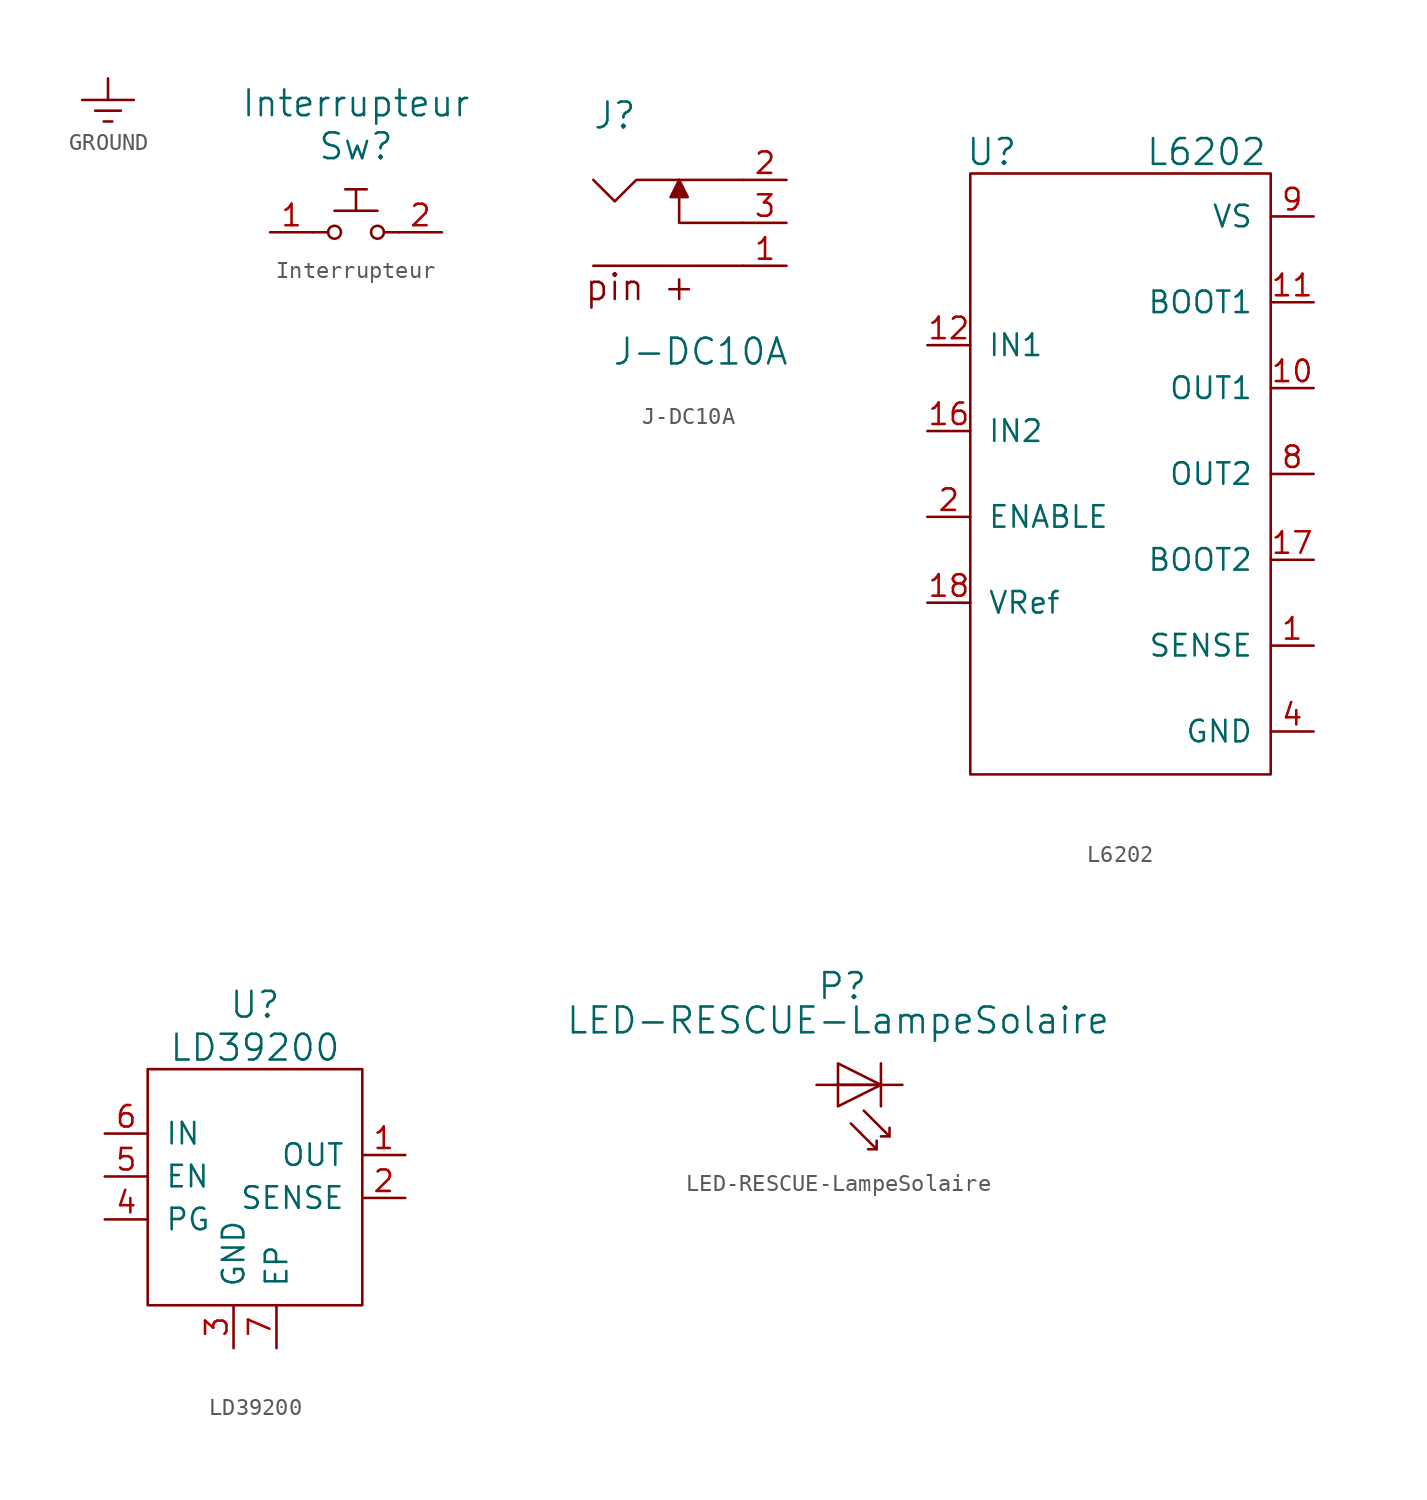
<source format=kicad_sym>
(kicad_symbol_lib
  (version 20211014)
  (generator kicad_symbol_editor)
  (symbol "GROUND"
    (power)
    (pin_names
      (offset 0))
    (property "Reference" "#PWR"
      (at 0 -7.62 0)
      (effects (font (size 1.27 1.27)) hide))
    (property "Footprint" ""
      (at 0 0 0)
      (effects (font (size 1.27 1.27))))
    (property "Datasheet" ""
      (at 0 0 0)
      (effects (font (size 1.27 1.27))))
    (symbol "GROUND_0_1"
      (polyline (pts (xy -1.524 -1.27) (xy 1.524 -1.27)) (stroke (width 0) (type default) (color 0 0 0 0)) (fill (type none)))
      (polyline (pts (xy -0.762 -1.905) (xy 0.762 -1.905)) (stroke (width 0) (type default) (color 0 0 0 0)) (fill (type none)))
      (polyline (pts (xy -0.254 -2.54) (xy 0.254 -2.54)) (stroke (width 0) (type default) (color 0 0 0 0)) (fill (type none)))
      (polyline (pts (xy 0 0) (xy 0 -1.27)) (stroke (width 0) (type default) (color 0 0 0 0)) (fill (type none))))
    (symbol "GROUND_1_1"
      (pin power_in line (at 0 0 270) (length 0) hide (name "GROUD" (effects (font (size 1.27 1.27)))) (number "1" (effects (font (size 1.27 1.27)))))))
  (symbol "Interrupteur"
    (pin_names
      (offset 1.016) hide)
    (property "Reference" "Sw"
      (at 0 5.08 0)
      (effects (font (size 1.524 1.524))))
    (property "Value" "Interrupteur"
      (at 0 7.62 0)
      (effects (font (size 1.524 1.524))))
    (symbol "Interrupteur_0_1"
      (circle (center -1.27 0) (radius 0.381) (stroke (width 0) (type default) (color 0 0 0 0)) (fill (type none)))
      (polyline (pts (xy -1.651 0) (xy -2.54 0)) (stroke (width 0) (type default) (color 0 0 0 0)) (fill (type none)))
      (polyline (pts (xy -1.27 1.27) (xy 1.27 1.27)) (stroke (width 0) (type default) (color 0 0 0 0)) (fill (type none)))
      (polyline (pts (xy 1.651 0) (xy 2.54 0)) (stroke (width 0) (type default) (color 0 0 0 0)) (fill (type none)))
      (polyline (pts (xy 0 1.27) (xy 0 2.54) (xy -0.635 2.54) (xy 0.635 2.54)) (stroke (width 0) (type default) (color 0 0 0 0)) (fill (type none)))
      (circle (center 1.27 0) (radius 0.381) (stroke (width 0) (type default) (color 0 0 0 0)) (fill (type none))))
    (symbol "Interrupteur_1_1"
      (pin passive line (at -5.08 0 0) (length 2.54) (name "~" (effects (font (size 1.27 1.27)))) (number "1" (effects (font (size 1.27 1.27)))))
      (pin passive line (at 5.08 0 180) (length 2.54) (name "~" (effects (font (size 1.27 1.27)))) (number "2" (effects (font (size 1.27 1.27)))))))
  (symbol "J-DC10A"
    (pin_names
      (offset 1.016) hide)
    (property "Reference" "J"
      (at -6.35 6.35 0)
      (effects (font (size 1.524 1.524))))
    (property "Value" "J-DC10A"
      (at -1.27 -7.62 0)
      (effects (font (size 1.524 1.524))))
    (property "Footprint" ""
      (at 0 0 0)
      (effects (font (size 1.524 1.524))))
    (property "Datasheet" ""
      (at 0 0 0)
      (effects (font (size 1.524 1.524))))
    (symbol "J-DC10A_0_0"
      (text "+" (at -2.54 -3.81 0) (effects (font (size 1.524 1.524))))
      (text "pin" (at -6.35 -3.81 0) (effects (font (size 1.524 1.524)))))
    (symbol "J-DC10A_0_1"
      (polyline (pts (xy 1.27 -2.54) (xy -7.62 -2.54)) (stroke (width 0) (type default) (color 0 0 0 0)) (fill (type none)))
      (polyline (pts (xy 1.27 0) (xy -2.54 0) (xy -2.54 2.54)) (stroke (width 0) (type default) (color 0 0 0 0)) (fill (type none)))
      (polyline (pts (xy -2.54 2.54) (xy -3.048 1.524) (xy -2.032 1.524) (xy -2.54 2.54)) (stroke (width 0) (type default) (color 0 0 0 0)) (fill (type outline)))
      (polyline (pts (xy 1.27 2.54) (xy -5.08 2.54) (xy -6.35 1.27) (xy -7.62 2.54)) (stroke (width 0) (type default) (color 0 0 0 0)) (fill (type none))))
    (symbol "J-DC10A_1_1"
      (pin passive line (at 3.81 -2.54 180) (length 2.54) (name "1" (effects (font (size 1.27 1.27)))) (number "1" (effects (font (size 1.27 1.27)))))
      (pin passive line (at 3.81 2.54 180) (length 2.54) (name "2" (effects (font (size 1.27 1.27)))) (number "2" (effects (font (size 1.27 1.27)))))
      (pin passive line (at 3.81 0 180) (length 2.54) (name "3" (effects (font (size 1.27 1.27)))) (number "3" (effects (font (size 1.27 1.27)))))))
  (symbol "L6202"
    (pin_names
      (offset 1.016))
    (property "Reference" "U"
      (at -7.62 19.05 0)
      (effects (font (size 1.524 1.524))))
    (property "Value" "L6202"
      (at 5.08 19.05 0)
      (effects (font (size 1.524 1.524))))
    (property "Footprint" ""
      (at 0 0 0)
      (effects (font (size 1.524 1.524))))
    (property "Datasheet" ""
      (at 0 0 0)
      (effects (font (size 1.524 1.524))))
    (symbol "L6202_0_1"
      (rectangle (start 8.89 17.78) (end -8.89 -17.78) (stroke (width 0) (type default) (color 0 0 0 0)) (fill (type none))))
    (symbol "L6202_1_1"
      (pin passive line (at 11.43 -10.16 180) (length 2.54) (name "SENSE" (effects (font (size 1.27 1.27)))) (number "1" (effects (font (size 1.27 1.27)))))
      (pin output line (at 11.43 5.08 180) (length 2.54) (name "OUT1" (effects (font (size 1.27 1.27)))) (number "10" (effects (font (size 1.27 1.27)))))
      (pin passive line (at 11.43 10.16 180) (length 2.54) (name "BOOT1" (effects (font (size 1.27 1.27)))) (number "11" (effects (font (size 1.27 1.27)))))
      (pin input line (at -11.43 7.62 0) (length 2.54) (name "IN1" (effects (font (size 1.27 1.27)))) (number "12" (effects (font (size 1.27 1.27)))))
      (pin passive line (at -8.89 -12.7 0) (length 0) hide (name "GND" (effects (font (size 1.27 1.27)))) (number "13" (effects (font (size 1.27 1.27)))))
      (pin passive line (at -8.89 -15.24 0) (length 0) hide (name "GND" (effects (font (size 1.27 1.27)))) (number "14" (effects (font (size 1.27 1.27)))))
      (pin passive line (at 8.89 -12.7 180) (length 0) hide (name "GND" (effects (font (size 1.27 1.27)))) (number "15" (effects (font (size 1.27 1.27)))))
      (pin input line (at -11.43 2.54 0) (length 2.54) (name "IN2" (effects (font (size 1.27 1.27)))) (number "16" (effects (font (size 1.27 1.27)))))
      (pin passive line (at 11.43 -5.08 180) (length 2.54) (name "BOOT2" (effects (font (size 1.27 1.27)))) (number "17" (effects (font (size 1.27 1.27)))))
      (pin power_out line (at -11.43 -7.62 0) (length 2.54) (name "VRef" (effects (font (size 1.27 1.27)))) (number "18" (effects (font (size 1.27 1.27)))))
      (pin input line (at -11.43 -2.54 0) (length 2.54) (name "ENABLE" (effects (font (size 1.27 1.27)))) (number "2" (effects (font (size 1.27 1.27)))))
      (pin no_connect line (at -8.89 -10.16 0) (length 0) hide (name "NC" (effects (font (size 1.27 1.27)))) (number "3" (effects (font (size 1.27 1.27)))))
      (pin passive line (at 11.43 -15.24 180) (length 2.54) (name "GND" (effects (font (size 1.27 1.27)))) (number "4" (effects (font (size 1.27 1.27)))))
      (pin passive line (at -8.89 15.24 0) (length 0) hide (name "GND" (effects (font (size 1.27 1.27)))) (number "5" (effects (font (size 1.27 1.27)))))
      (pin passive line (at -8.89 12.7 0) (length 0) hide (name "GND" (effects (font (size 1.27 1.27)))) (number "6" (effects (font (size 1.27 1.27)))))
      (pin no_connect line (at -8.89 10.16 0) (length 0) hide (name "NC" (effects (font (size 1.27 1.27)))) (number "7" (effects (font (size 1.27 1.27)))))
      (pin output line (at 11.43 0 180) (length 2.54) (name "OUT2" (effects (font (size 1.27 1.27)))) (number "8" (effects (font (size 1.27 1.27)))))
      (pin power_in line (at 11.43 15.24 180) (length 2.54) (name "VS" (effects (font (size 1.27 1.27)))) (number "9" (effects (font (size 1.27 1.27)))))))
  (symbol "LD39200"
    (pin_names
      (offset 1.016))
    (property "Reference" "U"
      (at 0 10.16 0)
      (effects (font (size 1.524 1.524))))
    (property "Value" "LD39200"
      (at 0 7.62 0)
      (effects (font (size 1.524 1.524))))
    (symbol "LD39200_0_1"
      (polyline (pts (xy -6.35 6.35) (xy 6.35 6.35) (xy 6.35 -7.62) (xy -6.35 -7.62) (xy -6.35 6.35)) (stroke (width 0) (type default) (color 0 0 0 0)) (fill (type none))))
    (symbol "LD39200_1_1"
      (pin power_out line (at 8.89 1.27 180) (length 2.54) (name "OUT" (effects (font (size 1.27 1.27)))) (number "1" (effects (font (size 1.27 1.27)))))
      (pin passive line (at 8.89 -1.27 180) (length 2.54) (name "SENSE" (effects (font (size 1.27 1.27)))) (number "2" (effects (font (size 1.27 1.27)))))
      (pin power_in line (at -1.27 -10.16 90) (length 2.54) (name "GND" (effects (font (size 1.27 1.27)))) (number "3" (effects (font (size 1.27 1.27)))))
      (pin output line (at -8.89 -2.54 0) (length 2.54) (name "PG" (effects (font (size 1.27 1.27)))) (number "4" (effects (font (size 1.27 1.27)))))
      (pin input line (at -8.89 0 0) (length 2.54) (name "EN" (effects (font (size 1.27 1.27)))) (number "5" (effects (font (size 1.27 1.27)))))
      (pin power_in line (at -8.89 2.54 0) (length 2.54) (name "IN" (effects (font (size 1.27 1.27)))) (number "6" (effects (font (size 1.27 1.27)))))
      (pin passive line (at 1.27 -10.16 90) (length 2.54) (name "EP" (effects (font (size 1.27 1.27)))) (number "7" (effects (font (size 1.27 1.27)))))))
  (symbol "LED-RESCUE-LampeSolaire"
    (pin_numbers hide)
    (pin_names
      (offset 0.025) hide)
    (property "Reference" "P"
      (at -1.016 5.842 0)
      (effects (font (size 1.524 1.524))))
    (property "Value" "LED-RESCUE-LampeSolaire"
      (at -1.27 3.81 0)
      (effects (font (size 1.524 1.524))))
    (property "Footprint" ""
      (at 0 0 0)
      (effects (font (size 1.524 1.524))))
    (property "Datasheet" ""
      (at 0 0 0)
      (effects (font (size 1.524 1.524))))
    (symbol "LED-RESCUE-LampeSolaire_0_0"
      (polyline (pts (xy -1.27 0) (xy 1.27 0)) (stroke (width 0) (type default) (color 0 0 0 0)) (fill (type none)))
      (polyline (pts (xy -0.508 -2.286) (xy 1.016 -3.81)) (stroke (width 0) (type default) (color 0 0 0 0)) (fill (type none)))
      (polyline (pts (xy 0.254 -1.524) (xy 1.778 -3.048)) (stroke (width 0) (type default) (color 0 0 0 0)) (fill (type none)))
      (polyline (pts (xy 1.27 1.27) (xy 1.27 -1.27)) (stroke (width 0) (type default) (color 0 0 0 0)) (fill (type none)))
      (polyline (pts (xy 1.016 -3.302) (xy 1.016 -3.81) (xy 0.508 -3.81)) (stroke (width 0) (type default) (color 0 0 0 0)) (fill (type none)))
      (polyline (pts (xy 1.778 -2.54) (xy 1.778 -3.048) (xy 1.27 -3.048)) (stroke (width 0) (type default) (color 0 0 0 0)) (fill (type none)))
      (polyline (pts (xy -1.27 1.27) (xy -1.27 -1.27) (xy 1.27 0) (xy -1.27 1.27)) (stroke (width 0) (type default) (color 0 0 0 0)) (fill (type none))))
    (symbol "LED-RESCUE-LampeSolaire_1_1"
      (pin passive line (at 2.54 0 180) (length 2.54) (name "Cathode" (effects (font (size 1.27 1.27)))) (number "1" (effects (font (size 1.27 1.27)))))
      (pin passive line (at -2.54 0 0) (length 2.54) (name "Anode" (effects (font (size 1.27 1.27)))) (number "2" (effects (font (size 1.27 1.27))))))))
</source>
